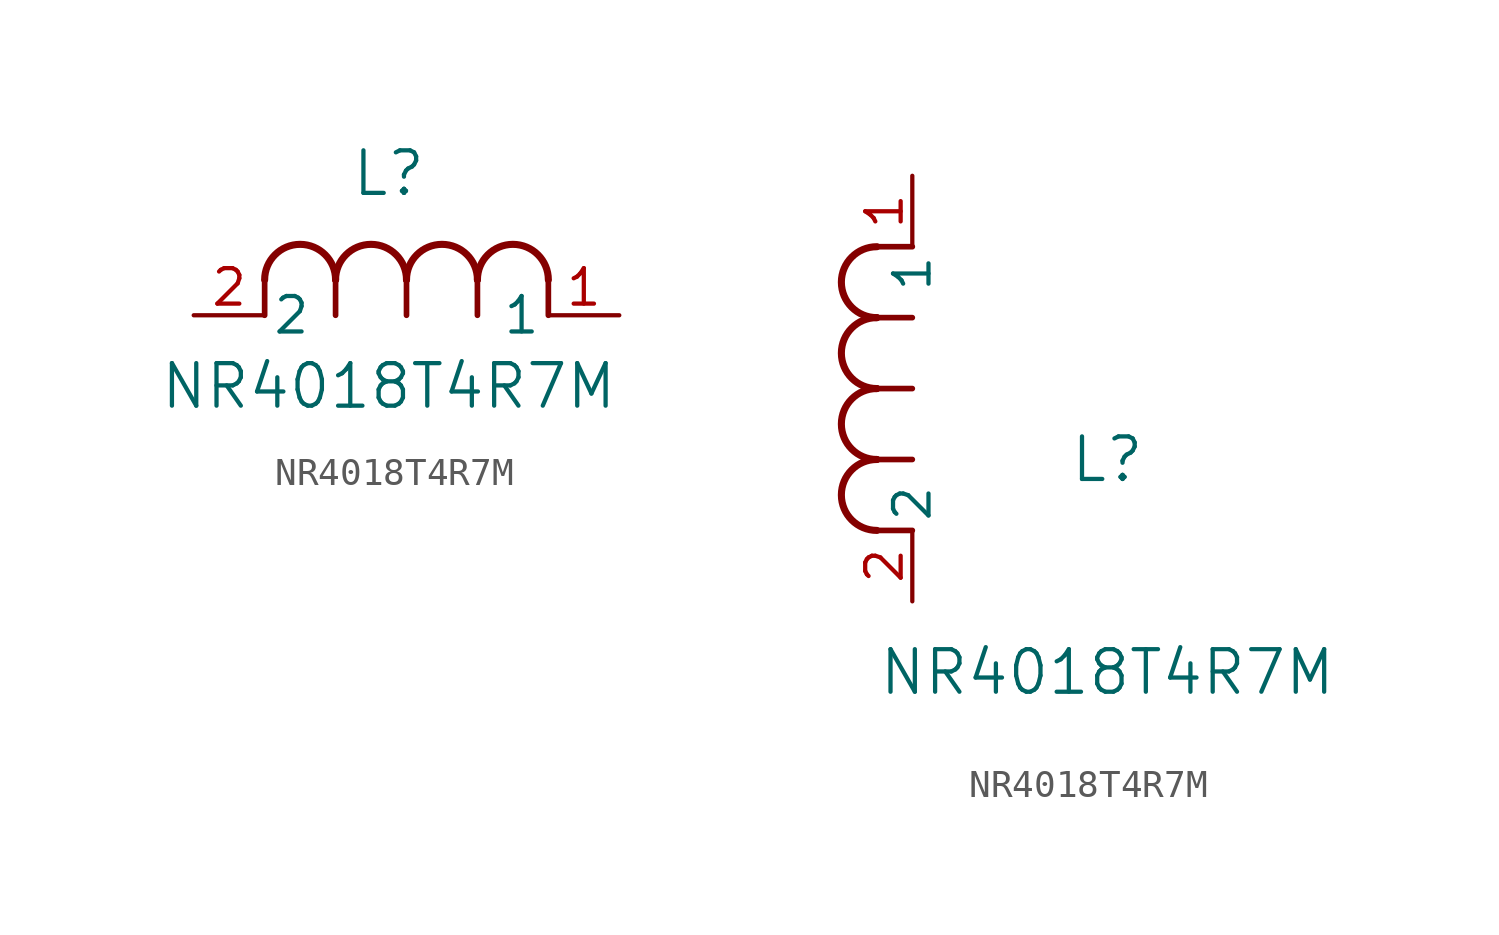
<source format=kicad_sym>
(kicad_symbol_lib
  (version 20211014)
  (generator kicad_symbol_editor)
  (symbol "NR4018T4R7M"
    (pin_names
      (offset 0.254))
    (property "Reference" "L"
      (at 6.985 5.08 0)
      (effects (font (size 1.524 1.524))))
    (property "Value" "NR4018T4R7M"
      (at 6.985 -2.54 0)
      (effects (font (size 1.524 1.524))))
    (symbol "NR4018T4R7M_1_1"
      (arc (start 7.62 1.27) (mid 6.35 2.54) (end 5.08 1.27) (stroke (width 0.254) (type default) (color 0 0 0 0)) (fill (type none)))
      (polyline (pts (xy 5.08 0) (xy 5.08 1.27)) (stroke (width 0.203) (type default) (color 0 0 0 0)) (fill (type none)))
      (polyline (pts (xy 7.62 0) (xy 7.62 1.27)) (stroke (width 0.203) (type default) (color 0 0 0 0)) (fill (type none)))
      (polyline (pts (xy 12.7 0) (xy 12.7 1.27)) (stroke (width 0.203) (type default) (color 0 0 0 0)) (fill (type none)))
      (arc (start 5.08 1.27) (mid 3.81 2.54) (end 2.54 1.27) (stroke (width 0.254) (type default) (color 0 0 0 0)) (fill (type none)))
      (arc (start 10.16 1.27) (mid 8.89 2.54) (end 7.62 1.27) (stroke (width 0.254) (type default) (color 0 0 0 0)) (fill (type none)))
      (arc (start 12.7 1.27) (mid 11.43 2.54) (end 10.16 1.27) (stroke (width 0.254) (type default) (color 0 0 0 0)) (fill (type none)))
      (polyline (pts (xy 2.54 0) (xy 2.54 1.27)) (stroke (width 0.203) (type default) (color 0 0 0 0)) (fill (type none)))
      (polyline (pts (xy 10.16 0) (xy 10.16 1.27)) (stroke (width 0.203) (type default) (color 0 0 0 0)) (fill (type none)))
      (pin unspecified line (at 0 0 0) (length 2.54) (name "2" (effects (font (size 1.27 1.27)))) (number "2" (effects (font (size 1.27 1.27)))))
      (pin unspecified line (at 15.24 0 180) (length 2.54) (name "1" (effects (font (size 1.27 1.27)))) (number "1" (effects (font (size 1.27 1.27))))))
    (symbol "NR4018T4R7M_1_2"
      (arc (start -1.27 7.62) (mid -2.54 6.35) (end -1.27 5.08) (stroke (width 0.254) (type default) (color 0 0 0 0)) (fill (type none)))
      (arc (start -1.27 5.08) (mid -2.54 3.81) (end -1.27 2.54) (stroke (width 0.254) (type default) (color 0 0 0 0)) (fill (type none)))
      (arc (start -1.27 12.7) (mid -2.54 11.43) (end -1.27 10.16) (stroke (width 0.254) (type default) (color 0 0 0 0)) (fill (type none)))
      (arc (start -1.27 10.16) (mid -2.54 8.89) (end -1.27 7.62) (stroke (width 0.254) (type default) (color 0 0 0 0)) (fill (type none)))
      (polyline (pts (xy 0 7.62) (xy -1.27 7.62)) (stroke (width 0.203) (type default) (color 0 0 0 0)) (fill (type none)))
      (polyline (pts (xy 0 5.08) (xy -1.27 5.08)) (stroke (width 0.203) (type default) (color 0 0 0 0)) (fill (type none)))
      (polyline (pts (xy 0 12.7) (xy -1.27 12.7)) (stroke (width 0.203) (type default) (color 0 0 0 0)) (fill (type none)))
      (polyline (pts (xy 0 2.54) (xy -1.27 2.54)) (stroke (width 0.203) (type default) (color 0 0 0 0)) (fill (type none)))
      (polyline (pts (xy 0 10.16) (xy -1.27 10.16)) (stroke (width 0.203) (type default) (color 0 0 0 0)) (fill (type none)))
      (pin unspecified line (at 0 0 90) (length 2.54) (name "2" (effects (font (size 1.27 1.27)))) (number "2" (effects (font (size 1.27 1.27)))))
      (pin unspecified line (at 0 15.24 270) (length 2.54) (name "1" (effects (font (size 1.27 1.27)))) (number "1" (effects (font (size 1.27 1.27))))))))
</source>
